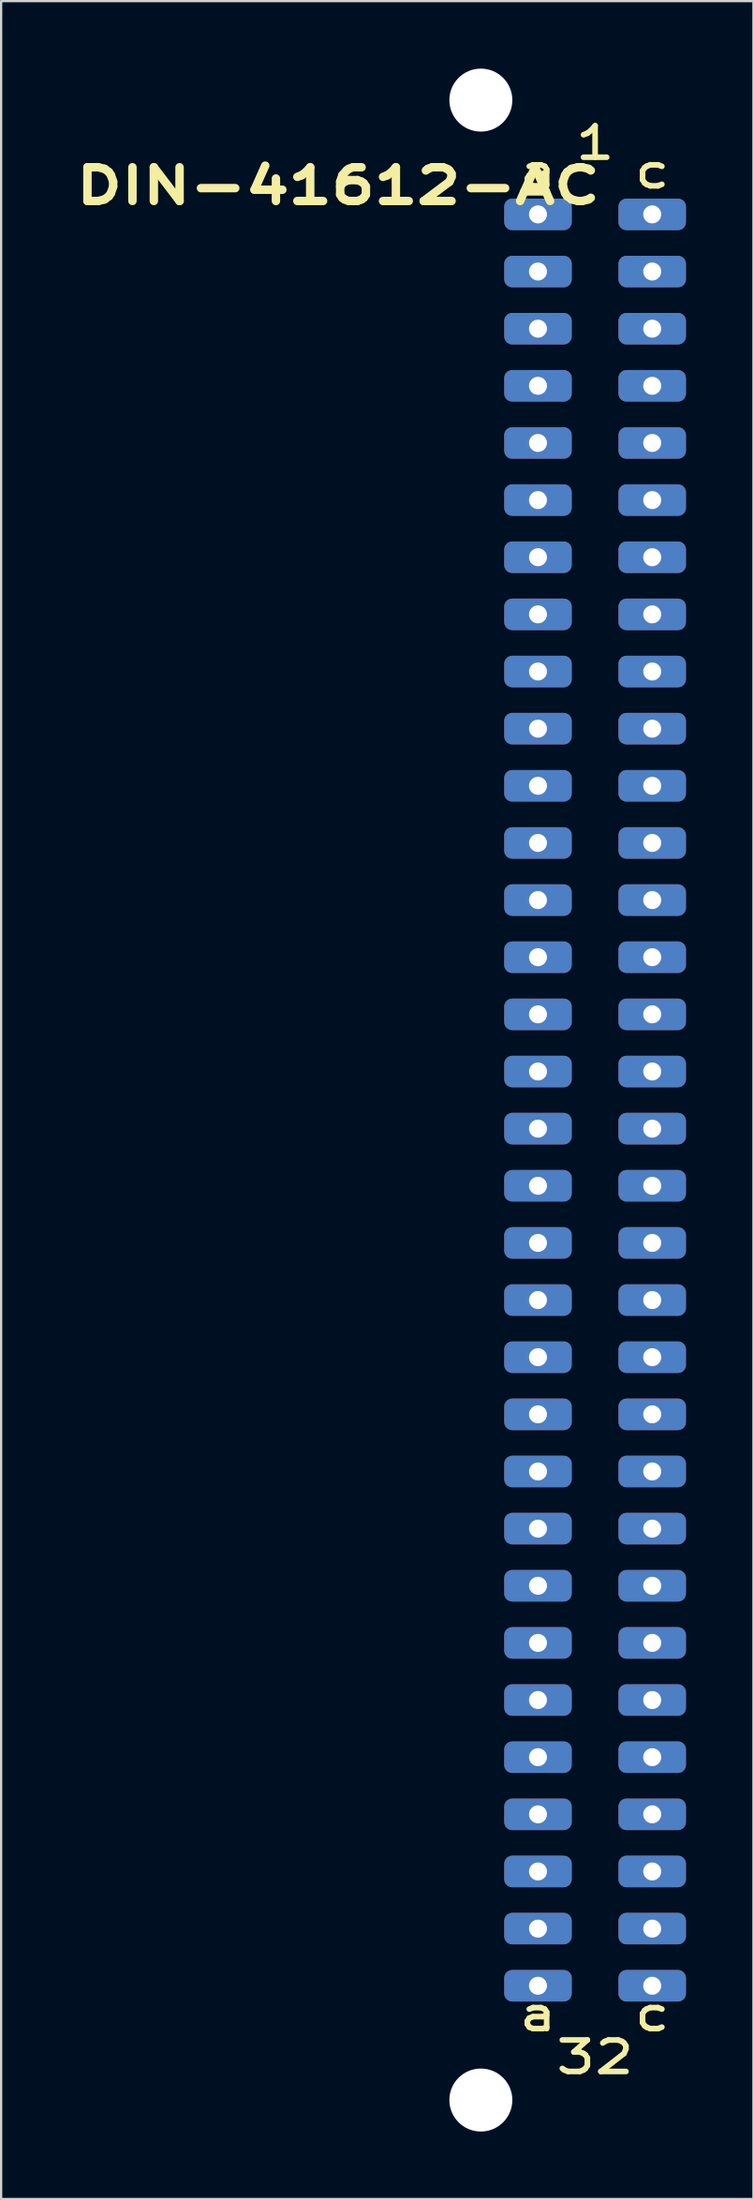
<source format=kicad_pcb>
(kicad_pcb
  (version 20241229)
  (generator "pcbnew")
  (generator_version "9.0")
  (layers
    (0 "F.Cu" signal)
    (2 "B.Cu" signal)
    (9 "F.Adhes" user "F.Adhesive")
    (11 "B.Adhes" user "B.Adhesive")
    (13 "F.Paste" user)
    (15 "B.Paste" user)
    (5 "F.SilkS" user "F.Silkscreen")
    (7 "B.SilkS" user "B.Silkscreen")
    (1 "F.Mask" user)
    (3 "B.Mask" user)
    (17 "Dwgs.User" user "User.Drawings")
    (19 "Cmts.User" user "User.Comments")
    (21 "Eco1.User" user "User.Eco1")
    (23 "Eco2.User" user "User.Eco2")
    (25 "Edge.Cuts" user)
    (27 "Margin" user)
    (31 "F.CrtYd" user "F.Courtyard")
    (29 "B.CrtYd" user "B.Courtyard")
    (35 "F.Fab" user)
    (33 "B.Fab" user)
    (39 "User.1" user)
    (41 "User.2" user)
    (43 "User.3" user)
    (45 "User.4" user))
  (footprint "DIN-41612-AC"
    (layer "F.Cu")
    (at 23.412 6.48)
    (property "Reference" "DIN-41612-AC" (at -11.43 -1.27 0) (unlocked yes) (layer "F.SilkS") (effects (font (size 1.5 2) (thickness 0.375))))
    (attr through_hole)
    (fp_text user "a" (at -2.54 -1.905 0) (layer "F.SilkS") (effects (font (size 1.4 1.8) (thickness 0.25))))
    (fp_text user "32" (at 0 81.915 0) (layer "F.SilkS") (effects (font (size 1.4 1.8) (thickness 0.25))))
    (fp_text user "1" (at 0 -3.175 0) (layer "F.SilkS") (effects (font (size 1.4 1.8) (thickness 0.25))))
    (fp_text user "c" (at 2.54 -1.905 0) (layer "F.SilkS") (effects (font (size 1.4 1.8) (thickness 0.25))))
    (fp_text user "c" (at 2.54 80.01 0) (layer "F.SilkS") (effects (font (size 1.4 1.8) (thickness 0.25))))
    (fp_text user "a" (at -2.54 80.01 0) (layer "F.SilkS") (effects (font (size 1.4 1.8) (thickness 0.25))))
    (pad "" np_thru_hole circle (at -5.08 -5.08) (size 2.8 2.8) (drill 2.8) (layers "*.Cu" "*.Mask"))
    (pad "" np_thru_hole circle (at -5.08 83.82) (size 2.8 2.8) (drill 2.8) (layers "*.Cu" "*.Mask"))
    (pad "A1" thru_hole roundrect (at -2.54 0 90) (size 1.4 3) (drill 0.8) (layers "*.Cu" "*.Mask") (roundrect_rratio 0.25))
    (pad "A2" thru_hole roundrect (at -2.54 2.54 90) (size 1.4 3) (drill 0.8) (layers "*.Cu" "*.Mask") (roundrect_rratio 0.25))
    (pad "A3" thru_hole roundrect (at -2.54 5.08 90) (size 1.4 3) (drill 0.8) (layers "*.Cu" "*.Mask") (roundrect_rratio 0.25))
    (pad "A4" thru_hole roundrect (at -2.54 7.62 90) (size 1.4 3) (drill 0.8) (layers "*.Cu" "*.Mask") (roundrect_rratio 0.25))
    (pad "A5" thru_hole roundrect (at -2.54 10.16 90) (size 1.4 3) (drill 0.8) (layers "*.Cu" "*.Mask") (roundrect_rratio 0.25))
    (pad "A6" thru_hole roundrect (at -2.54 12.7 90) (size 1.4 3) (drill 0.8) (layers "*.Cu" "*.Mask") (roundrect_rratio 0.25))
    (pad "A7" thru_hole roundrect (at -2.54 15.24 90) (size 1.4 3) (drill 0.8) (layers "*.Cu" "*.Mask") (roundrect_rratio 0.25))
    (pad "A8" thru_hole roundrect (at -2.54 17.78 90) (size 1.4 3) (drill 0.8) (layers "*.Cu" "*.Mask") (roundrect_rratio 0.25))
    (pad "A9" thru_hole roundrect (at -2.54 20.32 90) (size 1.4 3) (drill 0.8) (layers "*.Cu" "*.Mask") (roundrect_rratio 0.25))
    (pad "A10" thru_hole roundrect (at -2.54 22.86 90) (size 1.4 3) (drill 0.8) (layers "*.Cu" "*.Mask") (roundrect_rratio 0.25))
    (pad "A11" thru_hole roundrect (at -2.54 25.4 90) (size 1.4 3) (drill 0.8) (layers "*.Cu" "*.Mask") (roundrect_rratio 0.25))
    (pad "A12" thru_hole roundrect (at -2.54 27.94 90) (size 1.4 3) (drill 0.8) (layers "*.Cu" "*.Mask") (roundrect_rratio 0.25))
    (pad "A13" thru_hole roundrect (at -2.54 30.48 90) (size 1.4 3) (drill 0.8) (layers "*.Cu" "*.Mask") (roundrect_rratio 0.25))
    (pad "A14" thru_hole roundrect (at -2.54 33.02 90) (size 1.4 3) (drill 0.8) (layers "*.Cu" "*.Mask") (roundrect_rratio 0.25))
    (pad "A15" thru_hole roundrect (at -2.54 35.56 90) (size 1.4 3) (drill 0.8) (layers "*.Cu" "*.Mask") (roundrect_rratio 0.25))
    (pad "A16" thru_hole roundrect (at -2.54 38.1 90) (size 1.4 3) (drill 0.8) (layers "*.Cu" "*.Mask") (roundrect_rratio 0.25))
    (pad "A17" thru_hole roundrect (at -2.54 40.64 90) (size 1.4 3) (drill 0.8) (layers "*.Cu" "*.Mask") (roundrect_rratio 0.25))
    (pad "A18" thru_hole roundrect (at -2.54 43.18 90) (size 1.4 3) (drill 0.8) (layers "*.Cu" "*.Mask") (roundrect_rratio 0.25))
    (pad "A19" thru_hole roundrect (at -2.54 45.72 90) (size 1.4 3) (drill 0.8) (layers "*.Cu" "*.Mask") (roundrect_rratio 0.25))
    (pad "A20" thru_hole roundrect (at -2.54 48.26 90) (size 1.4 3) (drill 0.8) (layers "*.Cu" "*.Mask") (roundrect_rratio 0.25))
    (pad "A21" thru_hole roundrect (at -2.54 50.8 90) (size 1.4 3) (drill 0.8) (layers "*.Cu" "*.Mask") (roundrect_rratio 0.25))
    (pad "A22" thru_hole roundrect (at -2.54 53.34 90) (size 1.4 3) (drill 0.8) (layers "*.Cu" "*.Mask") (roundrect_rratio 0.25))
    (pad "A23" thru_hole roundrect (at -2.54 55.88 90) (size 1.4 3) (drill 0.8) (layers "*.Cu" "*.Mask") (roundrect_rratio 0.25))
    (pad "A24" thru_hole roundrect (at -2.54 58.42 90) (size 1.4 3) (drill 0.8) (layers "*.Cu" "*.Mask") (roundrect_rratio 0.25))
    (pad "A25" thru_hole roundrect (at -2.54 60.96 90) (size 1.4 3) (drill 0.8) (layers "*.Cu" "*.Mask") (roundrect_rratio 0.25))
    (pad "A26" thru_hole roundrect (at -2.54 63.5 90) (size 1.4 3) (drill 0.8) (layers "*.Cu" "*.Mask") (roundrect_rratio 0.25))
    (pad "A27" thru_hole roundrect (at -2.54 66.04 90) (size 1.4 3) (drill 0.8) (layers "*.Cu" "*.Mask") (roundrect_rratio 0.25))
    (pad "A28" thru_hole roundrect (at -2.54 68.58 90) (size 1.4 3) (drill 0.8) (layers "*.Cu" "*.Mask") (roundrect_rratio 0.25))
    (pad "A29" thru_hole roundrect (at -2.54 71.12 90) (size 1.4 3) (drill 0.8) (layers "*.Cu" "*.Mask") (roundrect_rratio 0.25))
    (pad "A30" thru_hole roundrect (at -2.54 73.66 90) (size 1.4 3) (drill 0.8) (layers "*.Cu" "*.Mask") (roundrect_rratio 0.25))
    (pad "A31" thru_hole roundrect (at -2.54 76.2 90) (size 1.4 3) (drill 0.8) (layers "*.Cu" "*.Mask") (roundrect_rratio 0.25))
    (pad "A32" thru_hole roundrect (at -2.54 78.74 90) (size 1.4 3) (drill 0.8) (layers "*.Cu" "*.Mask") (roundrect_rratio 0.25))
    (pad "C1" thru_hole roundrect (at 2.54 0 90) (size 1.4 3) (drill 0.8) (layers "*.Cu" "*.Mask") (roundrect_rratio 0.25))
    (pad "C2" thru_hole roundrect (at 2.54 2.54 90) (size 1.4 3) (drill 0.8) (layers "*.Cu" "*.Mask") (roundrect_rratio 0.25))
    (pad "C3" thru_hole roundrect (at 2.54 5.08 90) (size 1.4 3) (drill 0.8) (layers "*.Cu" "*.Mask") (roundrect_rratio 0.25))
    (pad "C4" thru_hole roundrect (at 2.54 7.62 90) (size 1.4 3) (drill 0.8) (layers "*.Cu" "*.Mask") (roundrect_rratio 0.25))
    (pad "C5" thru_hole roundrect (at 2.54 10.16 90) (size 1.4 3) (drill 0.8) (layers "*.Cu" "*.Mask") (roundrect_rratio 0.25))
    (pad "C6" thru_hole roundrect (at 2.54 12.7 90) (size 1.4 3) (drill 0.8) (layers "*.Cu" "*.Mask") (roundrect_rratio 0.25))
    (pad "C7" thru_hole roundrect (at 2.54 15.24 90) (size 1.4 3) (drill 0.8) (layers "*.Cu" "*.Mask") (roundrect_rratio 0.25))
    (pad "C8" thru_hole roundrect (at 2.54 17.78 90) (size 1.4 3) (drill 0.8) (layers "*.Cu" "*.Mask") (roundrect_rratio 0.25))
    (pad "C9" thru_hole roundrect (at 2.54 20.32 90) (size 1.4 3) (drill 0.8) (layers "*.Cu" "*.Mask") (roundrect_rratio 0.25))
    (pad "C10" thru_hole roundrect (at 2.54 22.86 90) (size 1.4 3) (drill 0.8) (layers "*.Cu" "*.Mask") (roundrect_rratio 0.25))
    (pad "C11" thru_hole roundrect (at 2.54 25.4 90) (size 1.4 3) (drill 0.8) (layers "*.Cu" "*.Mask") (roundrect_rratio 0.25))
    (pad "C12" thru_hole roundrect (at 2.54 27.94 90) (size 1.4 3) (drill 0.8) (layers "*.Cu" "*.Mask") (roundrect_rratio 0.25))
    (pad "C13" thru_hole roundrect (at 2.54 30.48 90) (size 1.4 3) (drill 0.8) (layers "*.Cu" "*.Mask") (roundrect_rratio 0.25))
    (pad "C14" thru_hole roundrect (at 2.54 33.02 90) (size 1.4 3) (drill 0.8) (layers "*.Cu" "*.Mask") (roundrect_rratio 0.25))
    (pad "C15" thru_hole roundrect (at 2.54 35.56 90) (size 1.4 3) (drill 0.8) (layers "*.Cu" "*.Mask") (roundrect_rratio 0.25))
    (pad "C16" thru_hole roundrect (at 2.54 38.1 90) (size 1.4 3) (drill 0.8) (layers "*.Cu" "*.Mask") (roundrect_rratio 0.25))
    (pad "C17" thru_hole roundrect (at 2.54 40.64 90) (size 1.4 3) (drill 0.8) (layers "*.Cu" "*.Mask") (roundrect_rratio 0.25))
    (pad "C18" thru_hole roundrect (at 2.54 43.18 90) (size 1.4 3) (drill 0.8) (layers "*.Cu" "*.Mask") (roundrect_rratio 0.25))
    (pad "C19" thru_hole roundrect (at 2.54 45.72 90) (size 1.4 3) (drill 0.8) (layers "*.Cu" "*.Mask") (roundrect_rratio 0.25))
    (pad "C20" thru_hole roundrect (at 2.54 48.26 90) (size 1.4 3) (drill 0.8) (layers "*.Cu" "*.Mask") (roundrect_rratio 0.25))
    (pad "C21" thru_hole roundrect (at 2.54 50.8 90) (size 1.4 3) (drill 0.8) (layers "*.Cu" "*.Mask") (roundrect_rratio 0.25))
    (pad "C22" thru_hole roundrect (at 2.54 53.34 90) (size 1.4 3) (drill 0.8) (layers "*.Cu" "*.Mask") (roundrect_rratio 0.25))
    (pad "C23" thru_hole roundrect (at 2.54 55.88 90) (size 1.4 3) (drill 0.8) (layers "*.Cu" "*.Mask") (roundrect_rratio 0.25))
    (pad "C24" thru_hole roundrect (at 2.54 58.42 90) (size 1.4 3) (drill 0.8) (layers "*.Cu" "*.Mask") (roundrect_rratio 0.25))
    (pad "C25" thru_hole roundrect (at 2.54 60.96 90) (size 1.4 3) (drill 0.8) (layers "*.Cu" "*.Mask") (roundrect_rratio 0.25))
    (pad "C26" thru_hole roundrect (at 2.54 63.5 90) (size 1.4 3) (drill 0.8) (layers "*.Cu" "*.Mask") (roundrect_rratio 0.25))
    (pad "C27" thru_hole roundrect (at 2.54 66.04 90) (size 1.4 3) (drill 0.8) (layers "*.Cu" "*.Mask") (roundrect_rratio 0.25))
    (pad "C28" thru_hole roundrect (at 2.54 68.58 90) (size 1.4 3) (drill 0.8) (layers "*.Cu" "*.Mask") (roundrect_rratio 0.25))
    (pad "C29" thru_hole roundrect (at 2.54 71.12 90) (size 1.4 3) (drill 0.8) (layers "*.Cu" "*.Mask") (roundrect_rratio 0.25))
    (pad "C30" thru_hole roundrect (at 2.54 73.66 90) (size 1.4 3) (drill 0.8) (layers "*.Cu" "*.Mask") (roundrect_rratio 0.25))
    (pad "C31" thru_hole roundrect (at 2.54 76.2 90) (size 1.4 3) (drill 0.8) (layers "*.Cu" "*.Mask") (roundrect_rratio 0.25))
    (pad "C32" thru_hole roundrect (at 2.54 78.74 90) (size 1.4 3) (drill 0.8) (layers "*.Cu" "*.Mask") (roundrect_rratio 0.25)))
  (gr_rect
    (start -3 -3)
    (end 30.452 94.7)
    (stroke (width 0.1) (type default))
    (fill no)
    (layer "Edge.Cuts")))
</source>
